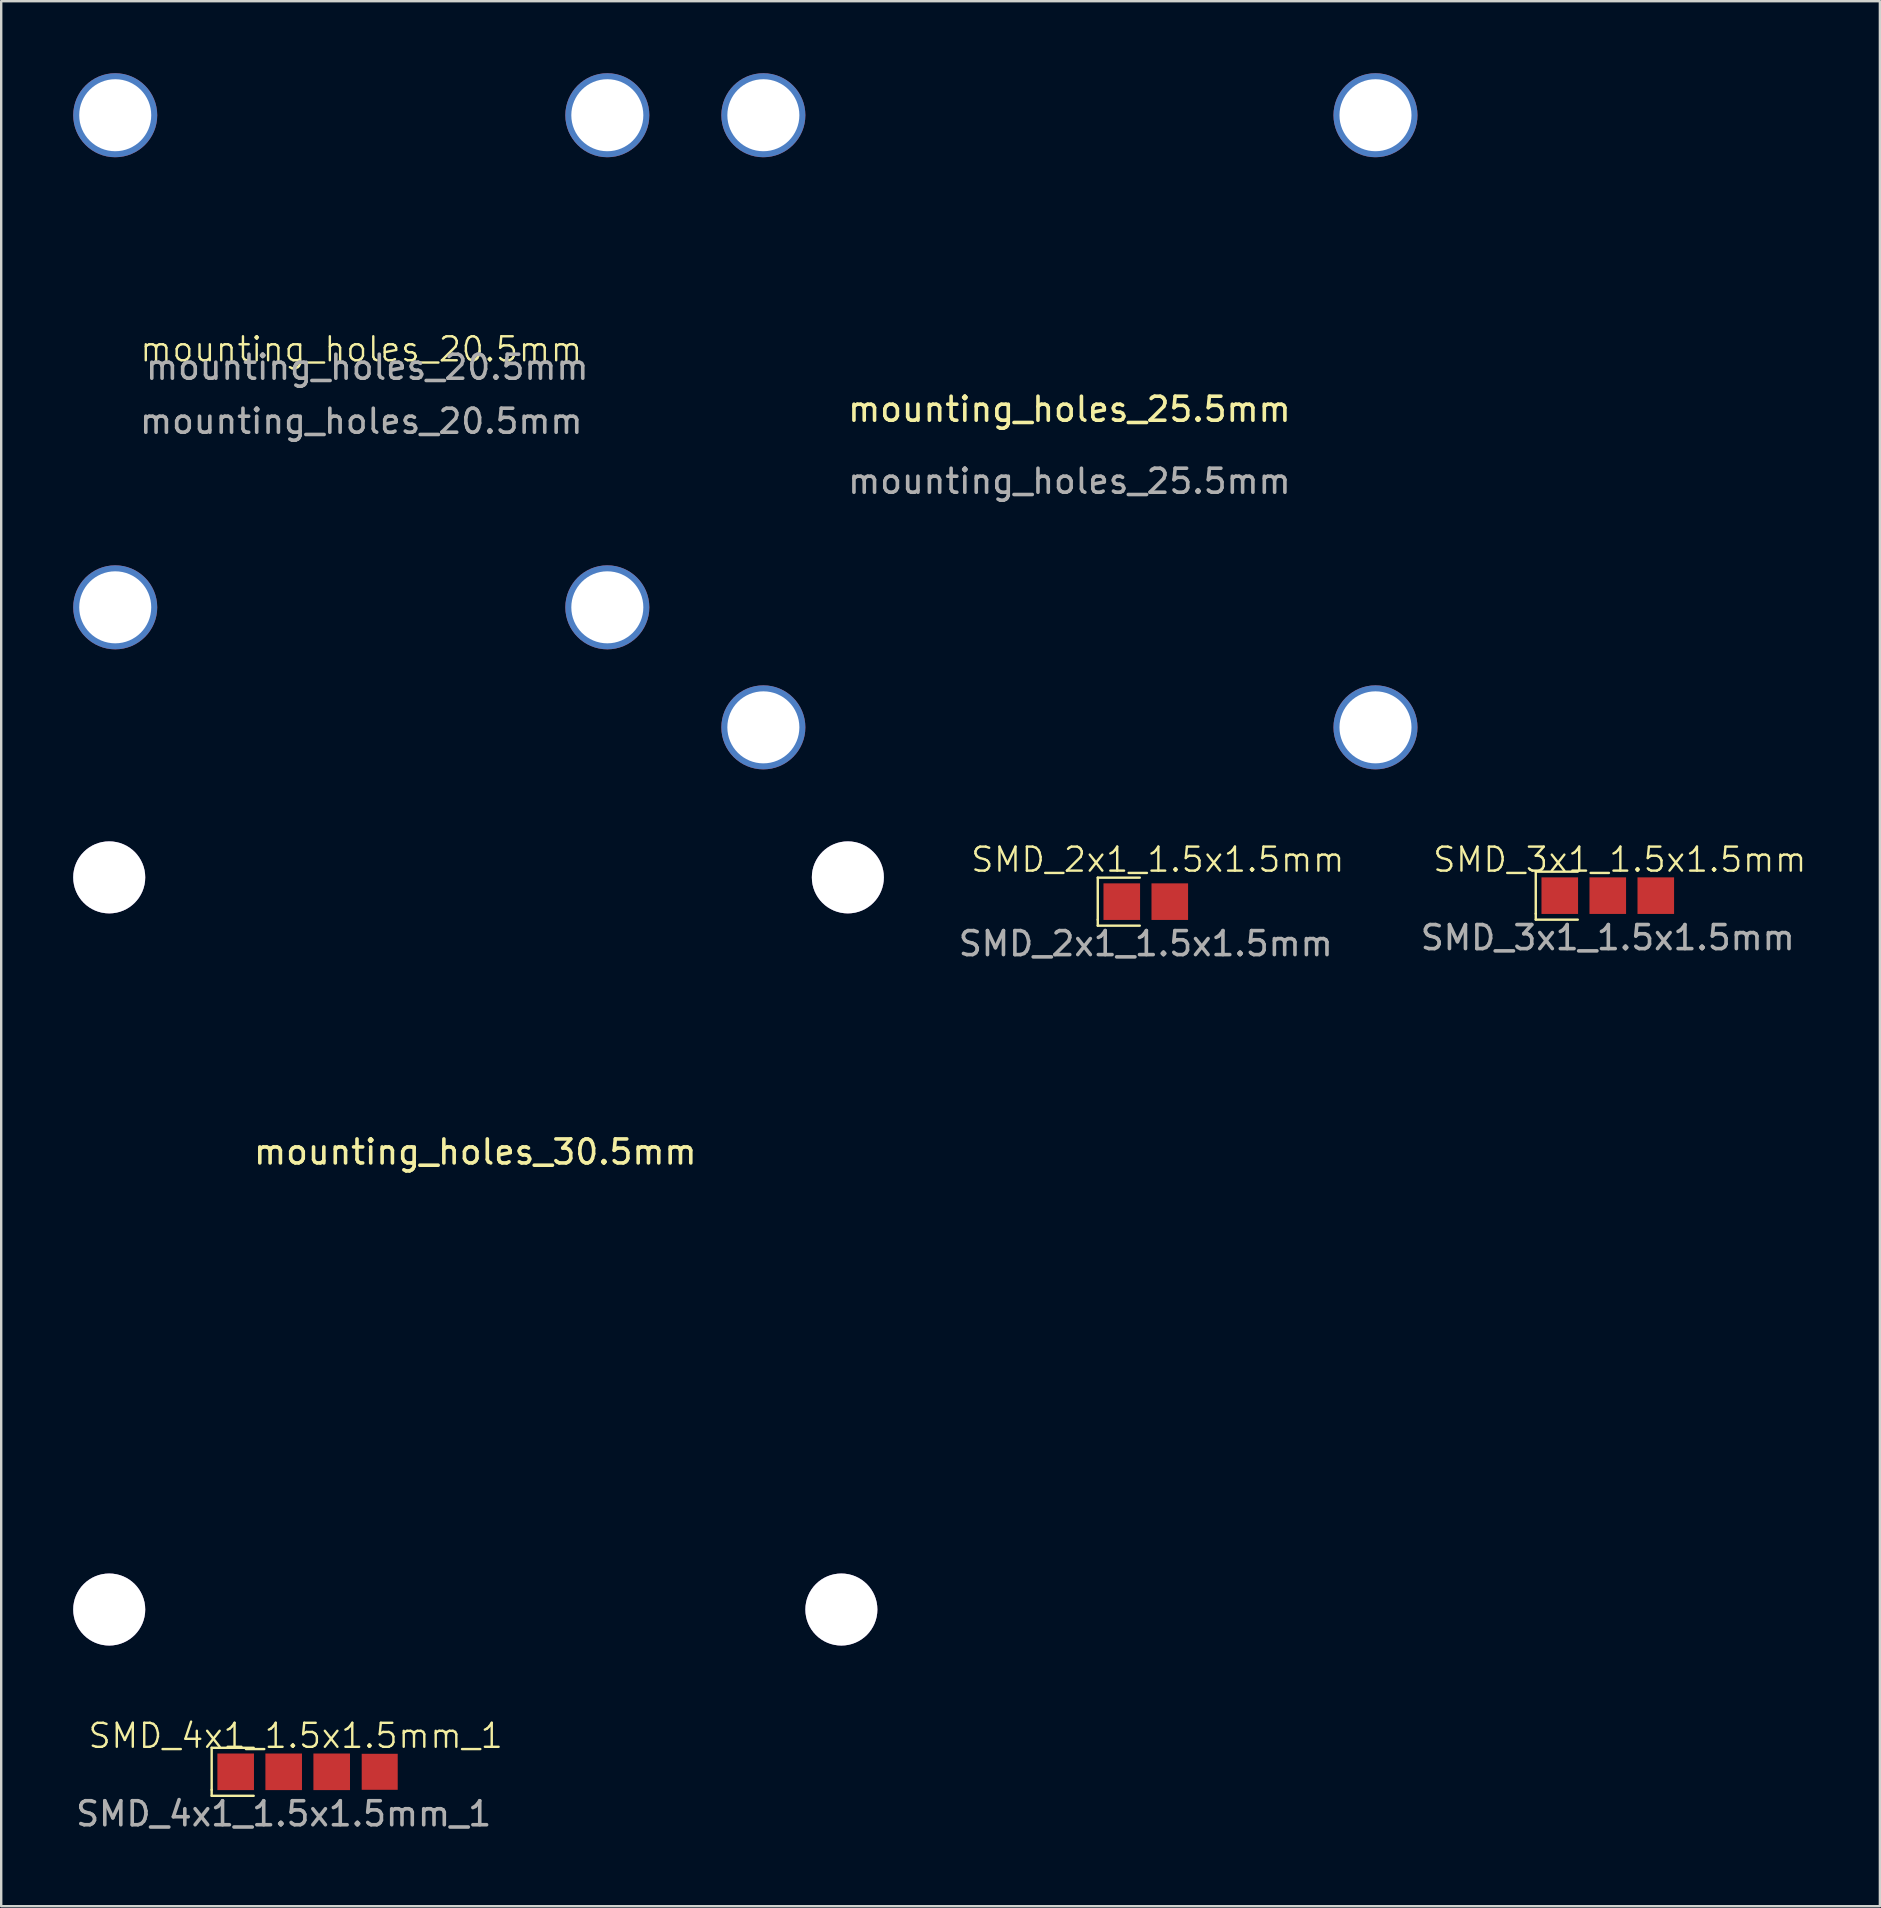
<source format=kicad_pcb>
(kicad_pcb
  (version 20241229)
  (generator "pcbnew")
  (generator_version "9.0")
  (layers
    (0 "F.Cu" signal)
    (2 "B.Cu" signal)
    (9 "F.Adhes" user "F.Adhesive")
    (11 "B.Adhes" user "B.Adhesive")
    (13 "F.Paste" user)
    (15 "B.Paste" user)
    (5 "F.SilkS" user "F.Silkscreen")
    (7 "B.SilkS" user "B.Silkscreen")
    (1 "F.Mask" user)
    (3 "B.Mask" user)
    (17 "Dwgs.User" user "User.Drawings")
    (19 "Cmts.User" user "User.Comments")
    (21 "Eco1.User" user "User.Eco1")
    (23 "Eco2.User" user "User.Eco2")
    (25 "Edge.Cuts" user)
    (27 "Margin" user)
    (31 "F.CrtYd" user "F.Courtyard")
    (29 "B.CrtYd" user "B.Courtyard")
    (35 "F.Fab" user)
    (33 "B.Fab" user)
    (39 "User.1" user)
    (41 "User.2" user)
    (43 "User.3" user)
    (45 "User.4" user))
  (footprint "mounting_holes_30.5mm"
    (layer "F.Cu")
    (at 16.75 48.75)
    (property "Reference" "mounting_holes_30.5mm" (at 0 -3.81 0) (layer "F.SilkS") (effects (font (size 1 1) (thickness 0.15))))
    (attr through_hole)
    (pad "1" thru_hole circle (at -15.25 -15.25) (size 3 3) (drill 3) (layers "*.Cu" "*.Mask"))
    (pad "2" thru_hole circle (at 15.52 -15.25) (size 3 3) (drill 3) (layers "*.Cu" "*.Mask"))
    (pad "3" thru_hole circle (at -15.25 15.25) (size 3 3) (drill 3) (layers "*.Cu" "*.Mask"))
    (pad "4" thru_hole circle (at 15.25 15.25) (size 3 3) (drill 3) (layers "*.Cu" "*.Mask")))
  (footprint "SMD_4x1_1.5x1.5mm_1"
    (layer "F.Cu")
    (at 8.768 70.01)
    (property "Reference" "SMD_4x1_1.5x1.5mm_1" (at 0.5 -0.75 0) (unlocked yes) (layer "F.SilkS") (effects (font (size 1 1) (thickness 0.1))))
    (attr smd)
    (fp_line (start -3 -0.25) (end -1.25 -0.25) (stroke (width 0.1) (type default)) (layer "F.SilkS"))
    (fp_line (start -3 1.5) (end -3 -0.25) (stroke (width 0.1) (type default)) (layer "F.SilkS"))
    (fp_line (start -3 1.5) (end -3 1.75) (stroke (width 0.1) (type default)) (layer "F.SilkS"))
    (fp_line (start -3 1.75) (end -1.25 1.75) (stroke (width 0.1) (type default)) (layer "F.SilkS"))
    (fp_text user "${REFERENCE}" (at 0 2.5 0) (unlocked yes) (layer "F.Fab") (effects (font (size 1 1) (thickness 0.15))))
    (pad "1" smd rect (at -2 0.75) (size 1.524 1.524) (layers "F.Cu" "F.Mask" "F.Paste"))
    (pad "2" smd rect (at 0 0.75) (size 1.524 1.524) (layers "F.Cu" "F.Mask" "F.Paste"))
    (pad "3" smd rect (at 2 0.75) (size 1.524 1.524) (layers "F.Cu" "F.Mask" "F.Paste"))
    (pad "4" smd rect (at 4 0.75) (size 1.5 1.5) (layers "F.Cu" "F.Mask" "F.Paste")))
  (footprint "SMD_3x1_1.5x1.5mm"
    (layer "F.Cu")
    (at 63.927 33.511)
    (property "Reference" "SMD_3x1_1.5x1.5mm" (at 0.5 -0.75 0) (unlocked yes) (layer "F.SilkS") (effects (font (size 1 1) (thickness 0.1))))
    (attr smd)
    (fp_line (start -3 -0.25) (end -1.25 -0.25) (stroke (width 0.1) (type default)) (layer "F.SilkS"))
    (fp_line (start -3 1.5) (end -3 -0.25) (stroke (width 0.1) (type default)) (layer "F.SilkS"))
    (fp_line (start -3 1.5) (end -3 1.75) (stroke (width 0.1) (type default)) (layer "F.SilkS"))
    (fp_line (start -3 1.75) (end -1.25 1.75) (stroke (width 0.1) (type default)) (layer "F.SilkS"))
    (fp_text user "${REFERENCE}" (at 0 2.5 0) (unlocked yes) (layer "F.Fab") (effects (font (size 1 1) (thickness 0.15))))
    (pad "1" smd rect (at -2 0.75) (size 1.524 1.524) (layers "F.Cu" "F.Mask" "F.Paste"))
    (pad "2" smd rect (at 0 0.75) (size 1.524 1.524) (layers "F.Cu" "F.Mask" "F.Paste"))
    (pad "3" smd rect (at 2 0.75) (size 1.524 1.524) (layers "F.Cu" "F.Mask" "F.Paste")))
  (footprint "SMD_2x1_1.5x1.5mm"
    (layer "F.Cu")
    (at 44.681 33.761)
    (property "Reference" "SMD_2x1_1.5x1.5mm" (at 0.5 -1 0) (unlocked yes) (layer "F.SilkS") (effects (font (size 1 1) (thickness 0.1))))
    (attr smd)
    (fp_line (start -2 -0.25) (end -0.25 -0.25) (stroke (width 0.1) (type default)) (layer "F.SilkS"))
    (fp_line (start -2 1.5) (end -2 -0.25) (stroke (width 0.1) (type default)) (layer "F.SilkS"))
    (fp_line (start -2 1.5) (end -2 1.75) (stroke (width 0.1) (type default)) (layer "F.SilkS"))
    (fp_line (start -2 1.75) (end -0.25 1.75) (stroke (width 0.1) (type default)) (layer "F.SilkS"))
    (fp_text user "${REFERENCE}" (at 0 2.5 0) (unlocked yes) (layer "F.Fab") (effects (font (size 1 1) (thickness 0.15))))
    (pad "1" smd rect (at -1 0.75) (size 1.524 1.524) (layers "F.Cu" "F.Mask" "F.Paste"))
    (pad "2" smd rect (at 1 0.75) (size 1.524 1.524) (layers "F.Cu" "F.Mask" "F.Paste")))
  (footprint "mounting_holes_25.5mm"
    (layer "F.Cu")
    (at 41.5 14.5)
    (property "Reference" "mounting_holes_25.5mm" (at 0 -0.5 0) (unlocked yes) (layer "F.SilkS") (effects (font (size 1 1) (thickness 0.15))))
    (attr through_hole)
    (fp_text user "${REFERENCE}" (at 0 2.5 0) (unlocked yes) (layer "F.Fab") (effects (font (size 1 1) (thickness 0.15))))
    (pad "" np_thru_hole circle (at -12.75 -12.75) (size 3.5 3.5) (drill 3) (layers "*.Cu" "*.Mask"))
    (pad "" np_thru_hole circle (at -12.75 12.75) (size 3.5 3.5) (drill 3) (layers "*.Cu" "*.Mask"))
    (pad "" np_thru_hole circle (at 12.75 -12.75) (size 3.5 3.5) (drill 3) (layers "*.Cu" "*.Mask"))
    (pad "" np_thru_hole circle (at 12.75 12.75) (size 3.5 3.5) (drill 3) (layers "*.Cu" "*.Mask")))
  (footprint "mounting_holes_20.5mm"
    (layer "F.Cu")
    (at 12 12)
    (property "Reference" "mounting_holes_20.5mm" (at 0 -0.5 0) (unlocked yes) (layer "F.SilkS") (effects (font (size 1 1) (thickness 0.1))))
    (attr through_hole)
    (fp_text user "${REFERENCE}" (at 0.25 0.25 0) (unlocked yes) (layer "F.Fab") (effects (font (size 1 1) (thickness 0.15))))
    (fp_text user "${REFERENCE}" (at 0 2.5 0) (unlocked yes) (layer "F.Fab") (effects (font (size 1 1) (thickness 0.15))))
    (pad "" np_thru_hole circle (at -10.25 -10.25) (size 3.5 3.5) (drill 3) (layers "*.Cu" "*.Mask"))
    (pad "" np_thru_hole circle (at -10.25 10.25) (size 3.5 3.5) (drill 3) (layers "*.Cu" "*.Mask"))
    (pad "" np_thru_hole circle (at 10.25 -10.25) (size 3.5 3.5) (drill 3) (layers "*.Cu" "*.Mask"))
    (pad "" np_thru_hole circle (at 10.25 10.25) (size 3.5 3.5) (drill 3) (layers "*.Cu" "*.Mask")))
  (gr_rect
    (start -3 -3)
    (end 75.263 76.359)
    (stroke (width 0.1) (type default))
    (fill no)
    (layer "Edge.Cuts")))
</source>
